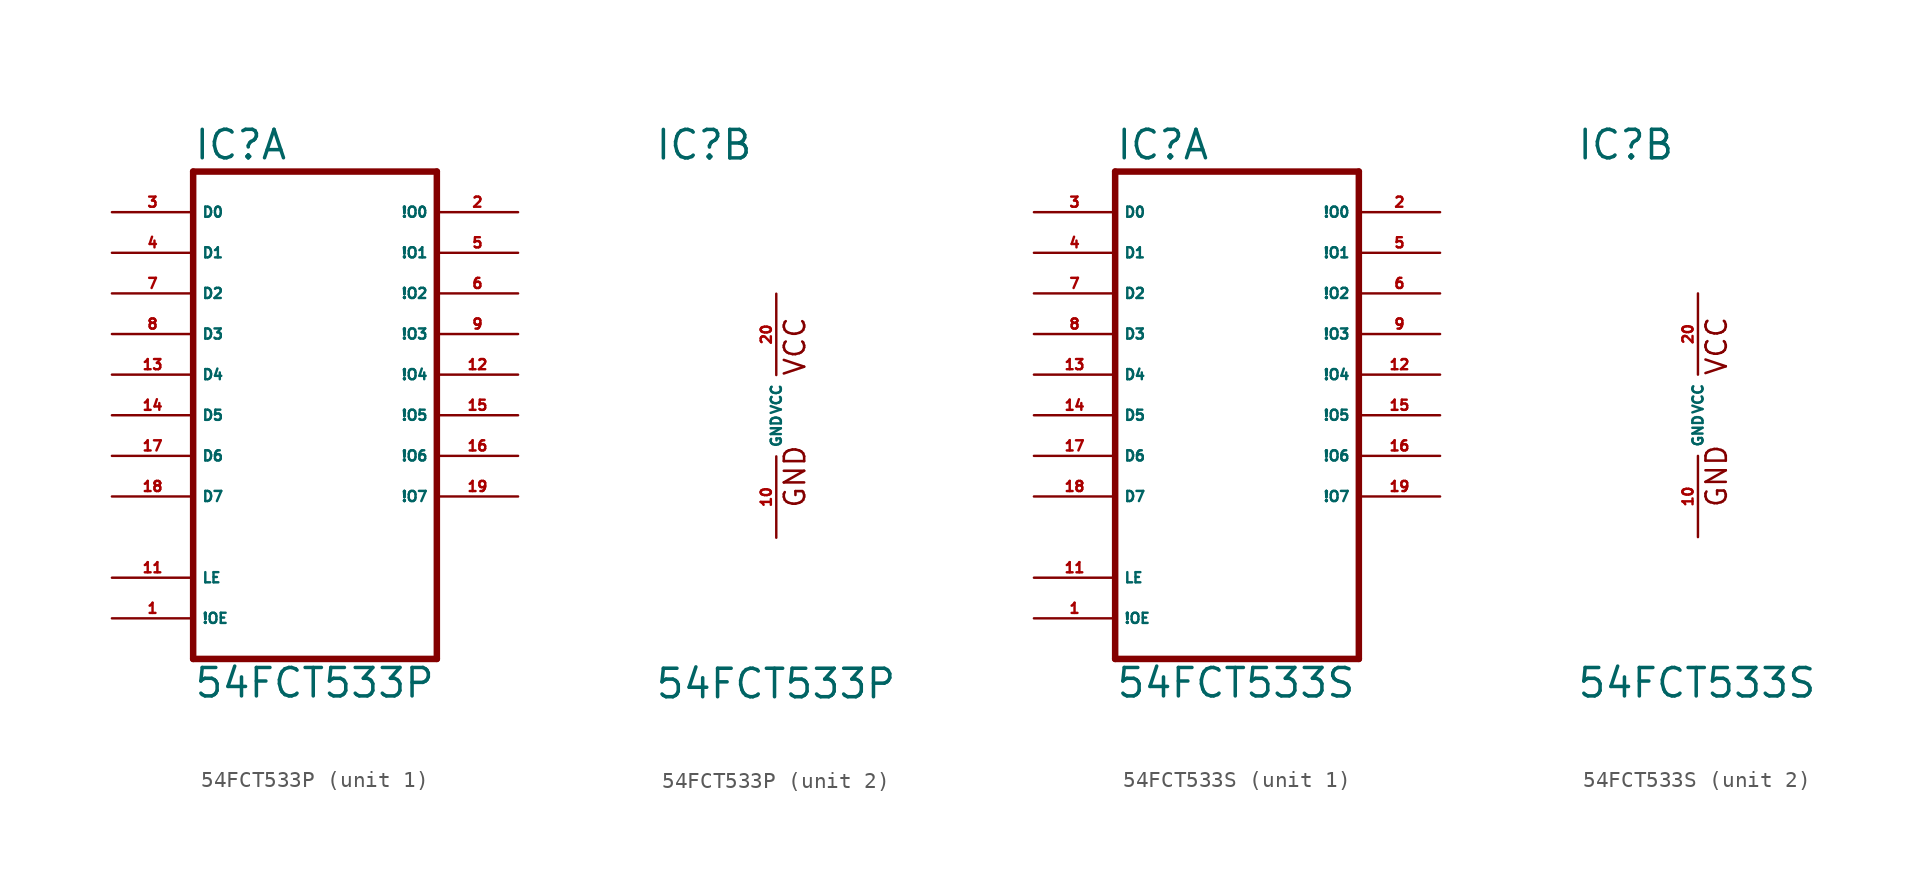
<source format=kicad_sym>
(kicad_symbol_lib
  (version 20220914)
  (generator Eagle2Kicad)
  (symbol "54FCT533P"
    (property "Reference" "IC"
      (at -7.62 15.875 0)
      (effects (font (size 1.778 1.778) (thickness 0.22)) (justify left bottom)))
    (property "Value" "54FCT533P"
      (at -7.62 -17.78 0)
      (effects (font (size 1.778 1.778) (thickness 0.22)) (justify left bottom)))
    (symbol "54FCT533P_1_0"
      (polyline (pts (xy -7.62 -15.24) (xy 7.62 -15.24)) (stroke (width 0.406) (type default)) (fill (type none)))
      (polyline (pts (xy 7.62 -15.24) (xy 7.62 15.24)) (stroke (width 0.406) (type default)) (fill (type none)))
      (polyline (pts (xy 7.62 15.24) (xy -7.62 15.24)) (stroke (width 0.406) (type default)) (fill (type none)))
      (polyline (pts (xy -7.62 15.24) (xy -7.62 -15.24)) (stroke (width 0.406) (type default)) (fill (type none)))
      (pin input line (at -12.7 12.7 0) (length 5.08) (name "D0" (effects (font (size 0.635 0.635) (thickness 0.08)) (justify left bottom))) (number "3" (effects (font (size 0.635 0.635) (thickness 0.08)) (justify left bottom))))
      (pin input line (at -12.7 10.16 0) (length 5.08) (name "D1" (effects (font (size 0.635 0.635) (thickness 0.08)) (justify left bottom))) (number "4" (effects (font (size 0.635 0.635) (thickness 0.08)) (justify left bottom))))
      (pin input line (at -12.7 7.62 0) (length 5.08) (name "D2" (effects (font (size 0.635 0.635) (thickness 0.08)) (justify left bottom))) (number "7" (effects (font (size 0.635 0.635) (thickness 0.08)) (justify left bottom))))
      (pin input line (at -12.7 5.08 0) (length 5.08) (name "D3" (effects (font (size 0.635 0.635) (thickness 0.08)) (justify left bottom))) (number "8" (effects (font (size 0.635 0.635) (thickness 0.08)) (justify left bottom))))
      (pin input line (at -12.7 2.54 0) (length 5.08) (name "D4" (effects (font (size 0.635 0.635) (thickness 0.08)) (justify left bottom))) (number "13" (effects (font (size 0.635 0.635) (thickness 0.08)) (justify left bottom))))
      (pin input line (at -12.7 0 0) (length 5.08) (name "D5" (effects (font (size 0.635 0.635) (thickness 0.08)) (justify left bottom))) (number "14" (effects (font (size 0.635 0.635) (thickness 0.08)) (justify left bottom))))
      (pin input line (at -12.7 -2.54 0) (length 5.08) (name "D6" (effects (font (size 0.635 0.635) (thickness 0.08)) (justify left bottom))) (number "17" (effects (font (size 0.635 0.635) (thickness 0.08)) (justify left bottom))))
      (pin input line (at -12.7 -5.08 0) (length 5.08) (name "D7" (effects (font (size 0.635 0.635) (thickness 0.08)) (justify left bottom))) (number "18" (effects (font (size 0.635 0.635) (thickness 0.08)) (justify left bottom))))
      (pin input line (at -12.7 -10.16 0) (length 5.08) (name "LE" (effects (font (size 0.635 0.635) (thickness 0.08)) (justify left bottom))) (number "11" (effects (font (size 0.635 0.635) (thickness 0.08)) (justify left bottom))))
      (pin input line (at -12.7 -12.7 0) (length 5.08) (name "!OE" (effects (font (size 0.635 0.635) (thickness 0.08)) (justify left bottom))) (number "1" (effects (font (size 0.635 0.635) (thickness 0.08)) (justify left bottom))))
      (pin output line (at 12.7 12.7 180) (length 5.08) (name "!O0" (effects (font (size 0.635 0.635) (thickness 0.08)) (justify left bottom))) (number "2" (effects (font (size 0.635 0.635) (thickness 0.08)) (justify left bottom))))
      (pin output line (at 12.7 10.16 180) (length 5.08) (name "!O1" (effects (font (size 0.635 0.635) (thickness 0.08)) (justify left bottom))) (number "5" (effects (font (size 0.635 0.635) (thickness 0.08)) (justify left bottom))))
      (pin output line (at 12.7 7.62 180) (length 5.08) (name "!O2" (effects (font (size 0.635 0.635) (thickness 0.08)) (justify left bottom))) (number "6" (effects (font (size 0.635 0.635) (thickness 0.08)) (justify left bottom))))
      (pin output line (at 12.7 5.08 180) (length 5.08) (name "!O3" (effects (font (size 0.635 0.635) (thickness 0.08)) (justify left bottom))) (number "9" (effects (font (size 0.635 0.635) (thickness 0.08)) (justify left bottom))))
      (pin output line (at 12.7 2.54 180) (length 5.08) (name "!O4" (effects (font (size 0.635 0.635) (thickness 0.08)) (justify left bottom))) (number "12" (effects (font (size 0.635 0.635) (thickness 0.08)) (justify left bottom))))
      (pin output line (at 12.7 0 180) (length 5.08) (name "!O5" (effects (font (size 0.635 0.635) (thickness 0.08)) (justify left bottom))) (number "15" (effects (font (size 0.635 0.635) (thickness 0.08)) (justify left bottom))))
      (pin output line (at 12.7 -2.54 180) (length 5.08) (name "!O6" (effects (font (size 0.635 0.635) (thickness 0.08)) (justify left bottom))) (number "16" (effects (font (size 0.635 0.635) (thickness 0.08)) (justify left bottom))))
      (pin output line (at 12.7 -5.08 180) (length 5.08) (name "!O7" (effects (font (size 0.635 0.635) (thickness 0.08)) (justify left bottom))) (number "19" (effects (font (size 0.635 0.635) (thickness 0.08)) (justify left bottom)))))
    (symbol "54FCT533P_2_0"
      (text "GND" (at 1.905 -5.842 900) (effects (font (size 1.27 1.27) (thickness 0.16)) (justify left bottom)))
      (text "VCC" (at 1.905 2.413 900) (effects (font (size 1.27 1.27) (thickness 0.16)) (justify left bottom)))
      (pin unspecified line (at 0 7.62 270) (length 5.08) (name "VCC" (effects (font (size 0.635 0.635) (thickness 0.08)) (justify left bottom))) (number "20" (effects (font (size 0.635 0.635) (thickness 0.08)) (justify left bottom))))
      (pin unspecified line (at 0 -7.62 90) (length 5.08) (name "GND" (effects (font (size 0.635 0.635) (thickness 0.08)) (justify left bottom))) (number "10" (effects (font (size 0.635 0.635) (thickness 0.08)) (justify left bottom))))))
  (symbol "54FCT533S"
    (property "Reference" "IC"
      (at -7.62 15.875 0)
      (effects (font (size 1.778 1.778) (thickness 0.22)) (justify left bottom)))
    (property "Value" "54FCT533S"
      (at -7.62 -17.78 0)
      (effects (font (size 1.778 1.778) (thickness 0.22)) (justify left bottom)))
    (symbol "54FCT533S_1_0"
      (polyline (pts (xy -7.62 -15.24) (xy 7.62 -15.24)) (stroke (width 0.406) (type default)) (fill (type none)))
      (polyline (pts (xy 7.62 -15.24) (xy 7.62 15.24)) (stroke (width 0.406) (type default)) (fill (type none)))
      (polyline (pts (xy 7.62 15.24) (xy -7.62 15.24)) (stroke (width 0.406) (type default)) (fill (type none)))
      (polyline (pts (xy -7.62 15.24) (xy -7.62 -15.24)) (stroke (width 0.406) (type default)) (fill (type none)))
      (pin input line (at -12.7 12.7 0) (length 5.08) (name "D0" (effects (font (size 0.635 0.635) (thickness 0.08)) (justify left bottom))) (number "3" (effects (font (size 0.635 0.635) (thickness 0.08)) (justify left bottom))))
      (pin input line (at -12.7 10.16 0) (length 5.08) (name "D1" (effects (font (size 0.635 0.635) (thickness 0.08)) (justify left bottom))) (number "4" (effects (font (size 0.635 0.635) (thickness 0.08)) (justify left bottom))))
      (pin input line (at -12.7 7.62 0) (length 5.08) (name "D2" (effects (font (size 0.635 0.635) (thickness 0.08)) (justify left bottom))) (number "7" (effects (font (size 0.635 0.635) (thickness 0.08)) (justify left bottom))))
      (pin input line (at -12.7 5.08 0) (length 5.08) (name "D3" (effects (font (size 0.635 0.635) (thickness 0.08)) (justify left bottom))) (number "8" (effects (font (size 0.635 0.635) (thickness 0.08)) (justify left bottom))))
      (pin input line (at -12.7 2.54 0) (length 5.08) (name "D4" (effects (font (size 0.635 0.635) (thickness 0.08)) (justify left bottom))) (number "13" (effects (font (size 0.635 0.635) (thickness 0.08)) (justify left bottom))))
      (pin input line (at -12.7 0 0) (length 5.08) (name "D5" (effects (font (size 0.635 0.635) (thickness 0.08)) (justify left bottom))) (number "14" (effects (font (size 0.635 0.635) (thickness 0.08)) (justify left bottom))))
      (pin input line (at -12.7 -2.54 0) (length 5.08) (name "D6" (effects (font (size 0.635 0.635) (thickness 0.08)) (justify left bottom))) (number "17" (effects (font (size 0.635 0.635) (thickness 0.08)) (justify left bottom))))
      (pin input line (at -12.7 -5.08 0) (length 5.08) (name "D7" (effects (font (size 0.635 0.635) (thickness 0.08)) (justify left bottom))) (number "18" (effects (font (size 0.635 0.635) (thickness 0.08)) (justify left bottom))))
      (pin input line (at -12.7 -10.16 0) (length 5.08) (name "LE" (effects (font (size 0.635 0.635) (thickness 0.08)) (justify left bottom))) (number "11" (effects (font (size 0.635 0.635) (thickness 0.08)) (justify left bottom))))
      (pin input line (at -12.7 -12.7 0) (length 5.08) (name "!OE" (effects (font (size 0.635 0.635) (thickness 0.08)) (justify left bottom))) (number "1" (effects (font (size 0.635 0.635) (thickness 0.08)) (justify left bottom))))
      (pin output line (at 12.7 12.7 180) (length 5.08) (name "!O0" (effects (font (size 0.635 0.635) (thickness 0.08)) (justify left bottom))) (number "2" (effects (font (size 0.635 0.635) (thickness 0.08)) (justify left bottom))))
      (pin output line (at 12.7 10.16 180) (length 5.08) (name "!O1" (effects (font (size 0.635 0.635) (thickness 0.08)) (justify left bottom))) (number "5" (effects (font (size 0.635 0.635) (thickness 0.08)) (justify left bottom))))
      (pin output line (at 12.7 7.62 180) (length 5.08) (name "!O2" (effects (font (size 0.635 0.635) (thickness 0.08)) (justify left bottom))) (number "6" (effects (font (size 0.635 0.635) (thickness 0.08)) (justify left bottom))))
      (pin output line (at 12.7 5.08 180) (length 5.08) (name "!O3" (effects (font (size 0.635 0.635) (thickness 0.08)) (justify left bottom))) (number "9" (effects (font (size 0.635 0.635) (thickness 0.08)) (justify left bottom))))
      (pin output line (at 12.7 2.54 180) (length 5.08) (name "!O4" (effects (font (size 0.635 0.635) (thickness 0.08)) (justify left bottom))) (number "12" (effects (font (size 0.635 0.635) (thickness 0.08)) (justify left bottom))))
      (pin output line (at 12.7 0 180) (length 5.08) (name "!O5" (effects (font (size 0.635 0.635) (thickness 0.08)) (justify left bottom))) (number "15" (effects (font (size 0.635 0.635) (thickness 0.08)) (justify left bottom))))
      (pin output line (at 12.7 -2.54 180) (length 5.08) (name "!O6" (effects (font (size 0.635 0.635) (thickness 0.08)) (justify left bottom))) (number "16" (effects (font (size 0.635 0.635) (thickness 0.08)) (justify left bottom))))
      (pin output line (at 12.7 -5.08 180) (length 5.08) (name "!O7" (effects (font (size 0.635 0.635) (thickness 0.08)) (justify left bottom))) (number "19" (effects (font (size 0.635 0.635) (thickness 0.08)) (justify left bottom)))))
    (symbol "54FCT533S_2_0"
      (text "GND" (at 1.905 -5.842 900) (effects (font (size 1.27 1.27) (thickness 0.16)) (justify left bottom)))
      (text "VCC" (at 1.905 2.413 900) (effects (font (size 1.27 1.27) (thickness 0.16)) (justify left bottom)))
      (pin unspecified line (at 0 7.62 270) (length 5.08) (name "VCC" (effects (font (size 0.635 0.635) (thickness 0.08)) (justify left bottom))) (number "20" (effects (font (size 0.635 0.635) (thickness 0.08)) (justify left bottom))))
      (pin unspecified line (at 0 -7.62 90) (length 5.08) (name "GND" (effects (font (size 0.635 0.635) (thickness 0.08)) (justify left bottom))) (number "10" (effects (font (size 0.635 0.635) (thickness 0.08)) (justify left bottom)))))))
</source>
